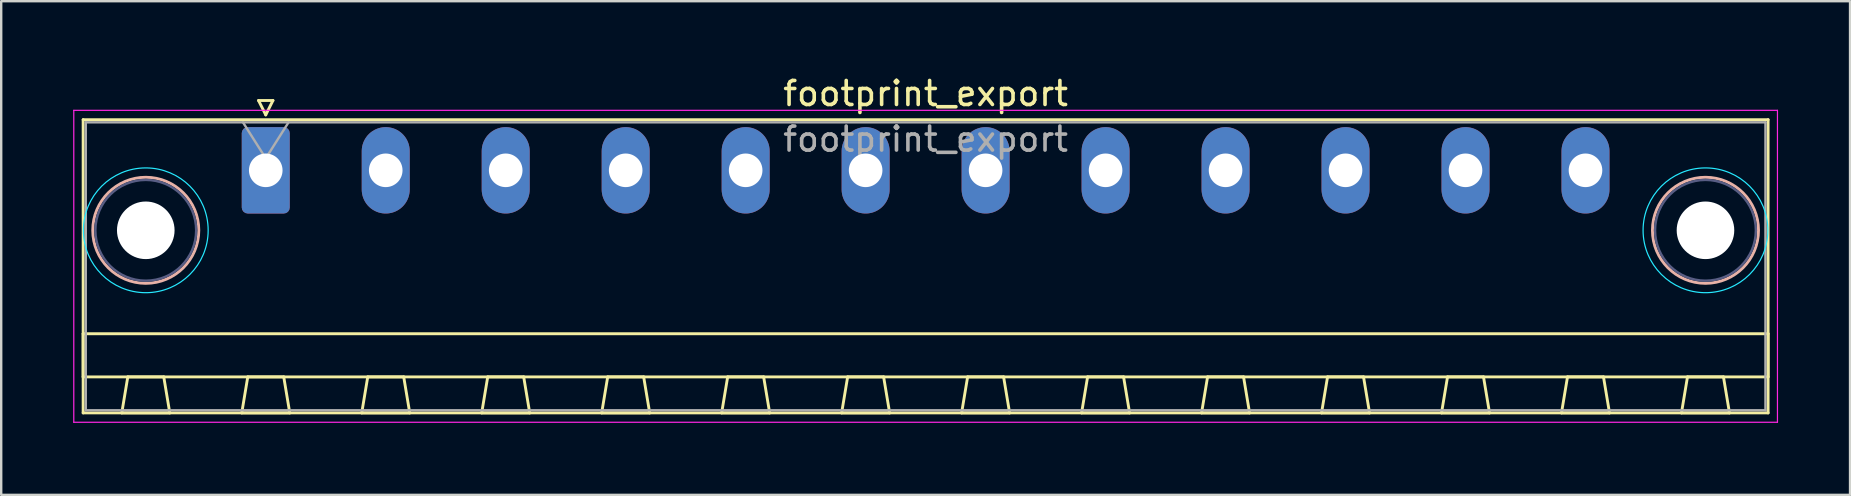
<source format=kicad_pcb>
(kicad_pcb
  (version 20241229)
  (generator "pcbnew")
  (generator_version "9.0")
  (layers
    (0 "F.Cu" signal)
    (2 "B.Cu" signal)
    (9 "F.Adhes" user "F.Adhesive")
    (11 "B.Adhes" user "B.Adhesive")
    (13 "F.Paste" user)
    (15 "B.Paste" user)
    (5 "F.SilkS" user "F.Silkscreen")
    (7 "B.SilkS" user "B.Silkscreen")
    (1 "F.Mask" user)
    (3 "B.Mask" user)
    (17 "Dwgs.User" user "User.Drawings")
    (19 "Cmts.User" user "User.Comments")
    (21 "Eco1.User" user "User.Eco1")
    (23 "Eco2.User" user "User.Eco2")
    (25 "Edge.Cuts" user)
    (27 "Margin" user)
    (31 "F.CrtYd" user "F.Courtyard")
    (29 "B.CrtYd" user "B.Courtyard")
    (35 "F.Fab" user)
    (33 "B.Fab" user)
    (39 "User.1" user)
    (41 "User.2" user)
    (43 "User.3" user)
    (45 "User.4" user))
  (footprint "footprint_export"
    (layer "F.Cu")
    (at 8.025 4.048)
    (property "Reference" "footprint_export" (at 27.5 -3.2 0) (layer "F.SilkS") (effects (font (size 1 1) (thickness 0.15))))
    (attr through_hole)
    (fp_line (start -7.61 -2.11) (end -7.61 10.11) (stroke (width 0.12) (type solid)) (layer "F.SilkS"))
    (fp_line (start -7.61 6.81) (end 62.61 6.81) (stroke (width 0.12) (type solid)) (layer "F.SilkS"))
    (fp_line (start -7.61 8.61) (end -7.61 6.81) (stroke (width 0.12) (type solid)) (layer "F.SilkS"))
    (fp_line (start -7.61 10.11) (end 62.61 10.11) (stroke (width 0.12) (type solid)) (layer "F.SilkS"))
    (fp_line (start -6 10.11) (end -4 10.11) (stroke (width 0.12) (type solid)) (layer "F.SilkS"))
    (fp_line (start -5.75 8.61) (end -6 10.11) (stroke (width 0.12) (type solid)) (layer "F.SilkS"))
    (fp_line (start -4.25 8.61) (end -5.75 8.61) (stroke (width 0.12) (type solid)) (layer "F.SilkS"))
    (fp_line (start -4 10.11) (end -4.25 8.61) (stroke (width 0.12) (type solid)) (layer "F.SilkS"))
    (fp_line (start -1 10.11) (end 1 10.11) (stroke (width 0.12) (type solid)) (layer "F.SilkS"))
    (fp_line (start -0.75 8.61) (end -1 10.11) (stroke (width 0.12) (type solid)) (layer "F.SilkS"))
    (fp_line (start -0.3 -2.91) (end 0.3 -2.91) (stroke (width 0.12) (type solid)) (layer "F.SilkS"))
    (fp_line (start 0 -2.31) (end -0.3 -2.91) (stroke (width 0.12) (type solid)) (layer "F.SilkS"))
    (fp_line (start 0.3 -2.91) (end 0 -2.31) (stroke (width 0.12) (type solid)) (layer "F.SilkS"))
    (fp_line (start 0.75 8.61) (end -0.75 8.61) (stroke (width 0.12) (type solid)) (layer "F.SilkS"))
    (fp_line (start 1 10.11) (end 0.75 8.61) (stroke (width 0.12) (type solid)) (layer "F.SilkS"))
    (fp_line (start 4 10.11) (end 6 10.11) (stroke (width 0.12) (type solid)) (layer "F.SilkS"))
    (fp_line (start 4.25 8.61) (end 4 10.11) (stroke (width 0.12) (type solid)) (layer "F.SilkS"))
    (fp_line (start 5.75 8.61) (end 4.25 8.61) (stroke (width 0.12) (type solid)) (layer "F.SilkS"))
    (fp_line (start 6 10.11) (end 5.75 8.61) (stroke (width 0.12) (type solid)) (layer "F.SilkS"))
    (fp_line (start 9 10.11) (end 11 10.11) (stroke (width 0.12) (type solid)) (layer "F.SilkS"))
    (fp_line (start 9.25 8.61) (end 9 10.11) (stroke (width 0.12) (type solid)) (layer "F.SilkS"))
    (fp_line (start 10.75 8.61) (end 9.25 8.61) (stroke (width 0.12) (type solid)) (layer "F.SilkS"))
    (fp_line (start 11 10.11) (end 10.75 8.61) (stroke (width 0.12) (type solid)) (layer "F.SilkS"))
    (fp_line (start 14 10.11) (end 16 10.11) (stroke (width 0.12) (type solid)) (layer "F.SilkS"))
    (fp_line (start 14.25 8.61) (end 14 10.11) (stroke (width 0.12) (type solid)) (layer "F.SilkS"))
    (fp_line (start 15.75 8.61) (end 14.25 8.61) (stroke (width 0.12) (type solid)) (layer "F.SilkS"))
    (fp_line (start 16 10.11) (end 15.75 8.61) (stroke (width 0.12) (type solid)) (layer "F.SilkS"))
    (fp_line (start 19 10.11) (end 21 10.11) (stroke (width 0.12) (type solid)) (layer "F.SilkS"))
    (fp_line (start 19.25 8.61) (end 19 10.11) (stroke (width 0.12) (type solid)) (layer "F.SilkS"))
    (fp_line (start 20.75 8.61) (end 19.25 8.61) (stroke (width 0.12) (type solid)) (layer "F.SilkS"))
    (fp_line (start 21 10.11) (end 20.75 8.61) (stroke (width 0.12) (type solid)) (layer "F.SilkS"))
    (fp_line (start 24 10.11) (end 26 10.11) (stroke (width 0.12) (type solid)) (layer "F.SilkS"))
    (fp_line (start 24.25 8.61) (end 24 10.11) (stroke (width 0.12) (type solid)) (layer "F.SilkS"))
    (fp_line (start 25.75 8.61) (end 24.25 8.61) (stroke (width 0.12) (type solid)) (layer "F.SilkS"))
    (fp_line (start 26 10.11) (end 25.75 8.61) (stroke (width 0.12) (type solid)) (layer "F.SilkS"))
    (fp_line (start 29 10.11) (end 31 10.11) (stroke (width 0.12) (type solid)) (layer "F.SilkS"))
    (fp_line (start 29.25 8.61) (end 29 10.11) (stroke (width 0.12) (type solid)) (layer "F.SilkS"))
    (fp_line (start 30.75 8.61) (end 29.25 8.61) (stroke (width 0.12) (type solid)) (layer "F.SilkS"))
    (fp_line (start 31 10.11) (end 30.75 8.61) (stroke (width 0.12) (type solid)) (layer "F.SilkS"))
    (fp_line (start 34 10.11) (end 36 10.11) (stroke (width 0.12) (type solid)) (layer "F.SilkS"))
    (fp_line (start 34.25 8.61) (end 34 10.11) (stroke (width 0.12) (type solid)) (layer "F.SilkS"))
    (fp_line (start 35.75 8.61) (end 34.25 8.61) (stroke (width 0.12) (type solid)) (layer "F.SilkS"))
    (fp_line (start 36 10.11) (end 35.75 8.61) (stroke (width 0.12) (type solid)) (layer "F.SilkS"))
    (fp_line (start 39 10.11) (end 41 10.11) (stroke (width 0.12) (type solid)) (layer "F.SilkS"))
    (fp_line (start 39.25 8.61) (end 39 10.11) (stroke (width 0.12) (type solid)) (layer "F.SilkS"))
    (fp_line (start 40.75 8.61) (end 39.25 8.61) (stroke (width 0.12) (type solid)) (layer "F.SilkS"))
    (fp_line (start 41 10.11) (end 40.75 8.61) (stroke (width 0.12) (type solid)) (layer "F.SilkS"))
    (fp_line (start 44 10.11) (end 46 10.11) (stroke (width 0.12) (type solid)) (layer "F.SilkS"))
    (fp_line (start 44.25 8.61) (end 44 10.11) (stroke (width 0.12) (type solid)) (layer "F.SilkS"))
    (fp_line (start 45.75 8.61) (end 44.25 8.61) (stroke (width 0.12) (type solid)) (layer "F.SilkS"))
    (fp_line (start 46 10.11) (end 45.75 8.61) (stroke (width 0.12) (type solid)) (layer "F.SilkS"))
    (fp_line (start 49 10.11) (end 51 10.11) (stroke (width 0.12) (type solid)) (layer "F.SilkS"))
    (fp_line (start 49.25 8.61) (end 49 10.11) (stroke (width 0.12) (type solid)) (layer "F.SilkS"))
    (fp_line (start 50.75 8.61) (end 49.25 8.61) (stroke (width 0.12) (type solid)) (layer "F.SilkS"))
    (fp_line (start 51 10.11) (end 50.75 8.61) (stroke (width 0.12) (type solid)) (layer "F.SilkS"))
    (fp_line (start 54 10.11) (end 56 10.11) (stroke (width 0.12) (type solid)) (layer "F.SilkS"))
    (fp_line (start 54.25 8.61) (end 54 10.11) (stroke (width 0.12) (type solid)) (layer "F.SilkS"))
    (fp_line (start 55.75 8.61) (end 54.25 8.61) (stroke (width 0.12) (type solid)) (layer "F.SilkS"))
    (fp_line (start 56 10.11) (end 55.75 8.61) (stroke (width 0.12) (type solid)) (layer "F.SilkS"))
    (fp_line (start 59 10.11) (end 61 10.11) (stroke (width 0.12) (type solid)) (layer "F.SilkS"))
    (fp_line (start 59.25 8.61) (end 59 10.11) (stroke (width 0.12) (type solid)) (layer "F.SilkS"))
    (fp_line (start 60.75 8.61) (end 59.25 8.61) (stroke (width 0.12) (type solid)) (layer "F.SilkS"))
    (fp_line (start 61 10.11) (end 60.75 8.61) (stroke (width 0.12) (type solid)) (layer "F.SilkS"))
    (fp_line (start 62.61 -2.11) (end -7.61 -2.11) (stroke (width 0.12) (type solid)) (layer "F.SilkS"))
    (fp_line (start 62.61 6.81) (end 62.61 8.61) (stroke (width 0.12) (type solid)) (layer "F.SilkS"))
    (fp_line (start 62.61 8.61) (end -7.61 8.61) (stroke (width 0.12) (type solid)) (layer "F.SilkS"))
    (fp_line (start 62.61 10.11) (end 62.61 -2.11) (stroke (width 0.12) (type solid)) (layer "F.SilkS"))
    (fp_circle (center -5 2.5) (end -2.79 2.5) (stroke (width 0.12) (type solid)) (fill no) (layer "B.SilkS"))
    (fp_circle (center 60 2.5) (end 62.21 2.5) (stroke (width 0.12) (type solid)) (fill no) (layer "B.SilkS"))
    (fp_circle (center -5 2.5) (end -2.4 2.5) (stroke (width 0.05) (type solid)) (fill no) (layer "B.CrtYd"))
    (fp_circle (center 60 2.5) (end 62.6 2.5) (stroke (width 0.05) (type solid)) (fill no) (layer "B.CrtYd"))
    (fp_line (start -8 -2.5) (end -8 10.5) (stroke (width 0.05) (type solid)) (layer "F.CrtYd"))
    (fp_line (start -8 10.5) (end 63 10.5) (stroke (width 0.05) (type solid)) (layer "F.CrtYd"))
    (fp_line (start 63 -2.5) (end -8 -2.5) (stroke (width 0.05) (type solid)) (layer "F.CrtYd"))
    (fp_line (start 63 10.5) (end 63 -2.5) (stroke (width 0.05) (type solid)) (layer "F.CrtYd"))
    (fp_circle (center -5 2.5) (end -2.9 2.5) (stroke (width 0.1) (type solid)) (fill no) (layer "B.Fab"))
    (fp_circle (center 60 2.5) (end 62.1 2.5) (stroke (width 0.1) (type solid)) (fill no) (layer "B.Fab"))
    (fp_line (start -7.5 -2) (end -7.5 10) (stroke (width 0.1) (type solid)) (layer "F.Fab"))
    (fp_line (start -7.5 10) (end 62.5 10) (stroke (width 0.1) (type solid)) (layer "F.Fab"))
    (fp_line (start 0 -0.5) (end -0.95 -2) (stroke (width 0.1) (type solid)) (layer "F.Fab"))
    (fp_line (start 0.95 -2) (end 0 -0.5) (stroke (width 0.1) (type solid)) (layer "F.Fab"))
    (fp_line (start 62.5 -2) (end -7.5 -2) (stroke (width 0.1) (type solid)) (layer "F.Fab"))
    (fp_line (start 62.5 10) (end 62.5 -2) (stroke (width 0.1) (type solid)) (layer "F.Fab"))
    (fp_text user "${REFERENCE}" (at 27.5 -1.3 0) (layer "F.Fab") (effects (font (size 1 1) (thickness 0.15))))
    (pad "" np_thru_hole circle (at -5 2.5) (size 2.4 2.4) (drill 2.4) (layers "*.Cu" "*.Mask"))
    (pad "" np_thru_hole circle (at 60 2.5) (size 2.4 2.4) (drill 2.4) (layers "*.Cu" "*.Mask"))
    (pad "1" thru_hole roundrect (at 0 0) (size 2 3.6) (drill 1.4) (layers "*.Cu" "*.Mask") (roundrect_rratio 0.125))
    (pad "2" thru_hole oval (at 5 0) (size 2 3.6) (drill 1.4) (layers "*.Cu" "*.Mask"))
    (pad "3" thru_hole oval (at 10 0) (size 2 3.6) (drill 1.4) (layers "*.Cu" "*.Mask"))
    (pad "4" thru_hole oval (at 15 0) (size 2 3.6) (drill 1.4) (layers "*.Cu" "*.Mask"))
    (pad "5" thru_hole oval (at 20 0) (size 2 3.6) (drill 1.4) (layers "*.Cu" "*.Mask"))
    (pad "6" thru_hole oval (at 25 0) (size 2 3.6) (drill 1.4) (layers "*.Cu" "*.Mask"))
    (pad "7" thru_hole oval (at 30 0) (size 2 3.6) (drill 1.4) (layers "*.Cu" "*.Mask"))
    (pad "8" thru_hole oval (at 35 0) (size 2 3.6) (drill 1.4) (layers "*.Cu" "*.Mask"))
    (pad "9" thru_hole oval (at 40 0) (size 2 3.6) (drill 1.4) (layers "*.Cu" "*.Mask"))
    (pad "10" thru_hole oval (at 45 0) (size 2 3.6) (drill 1.4) (layers "*.Cu" "*.Mask"))
    (pad "11" thru_hole oval (at 50 0) (size 2 3.6) (drill 1.4) (layers "*.Cu" "*.Mask"))
    (pad "12" thru_hole oval (at 55 0) (size 2 3.6) (drill 1.4) (layers "*.Cu" "*.Mask")))
  (gr_rect
    (start -3 -3)
    (end 74.05 17.573)
    (stroke (width 0.1) (type default))
    (fill no)
    (layer "Edge.Cuts")))
</source>
